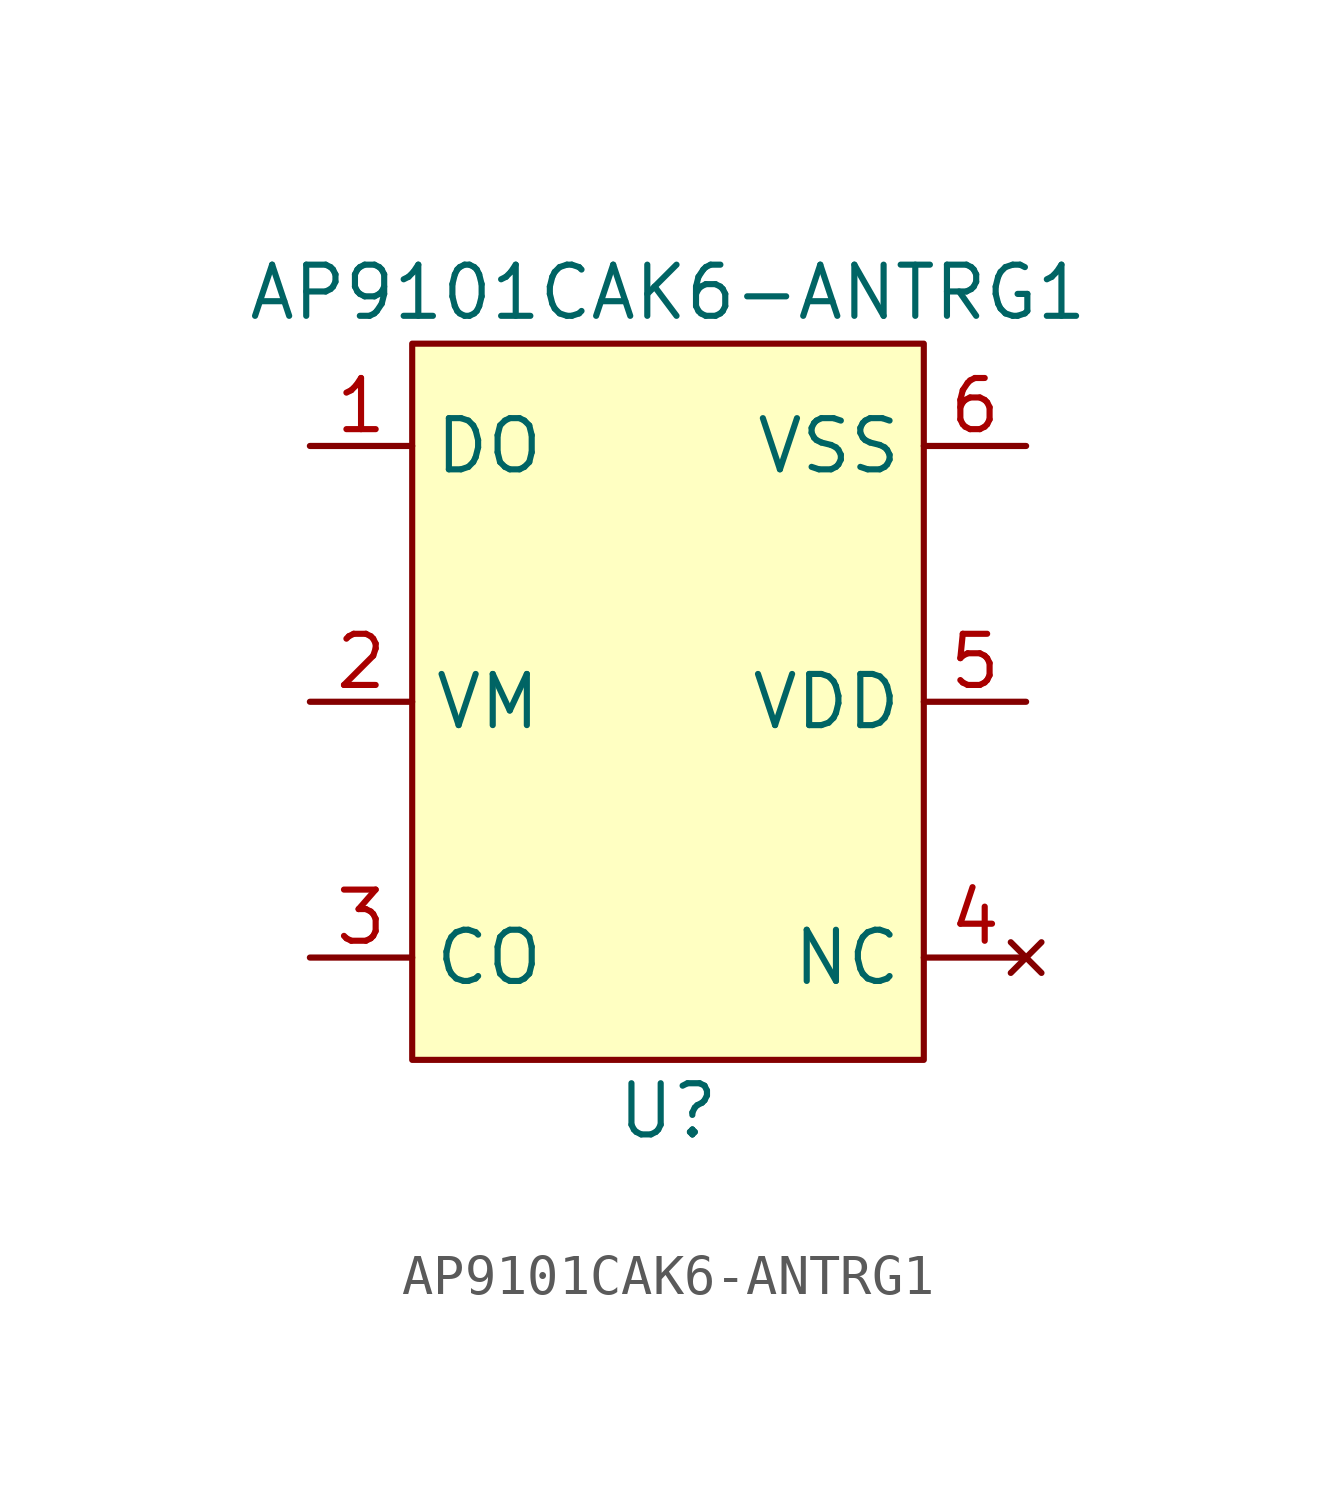
<source format=kicad_sym>
(kicad_symbol_lib
  (version 20210619)
  (generator kicad_symbol_editor)
  (symbol "Li-ion_holder:AP9101CAK6-ANTRG1"
    (property "Reference" "U"
      (at 0 -10.16 0)
      (effects (font (size 1.27 1.27))))
    (property "Value" "AP9101CAK6-ANTRG1"
      (at 0 10.16 0)
      (effects (font (size 1.27 1.27))))
    (symbol "AP9101CAK6-ANTRG1_0_1"
      (rectangle (start -6.35 8.89) (end 6.35 -8.89) (stroke (width 0.152)) (fill (type background))))
    (symbol "AP9101CAK6-ANTRG1_1_1"
      (pin output line (at -8.89 6.35 0) (length 2.54) (name "DO" (effects (font (size 1.27 1.27)))) (number "1" (effects (font (size 1.27 1.27)))))
      (pin input line (at -8.89 0 0) (length 2.54) (name "VM" (effects (font (size 1.27 1.27)))) (number "2" (effects (font (size 1.27 1.27)))))
      (pin output line (at -8.89 -6.35 0) (length 2.54) (name "CO" (effects (font (size 1.27 1.27)))) (number "3" (effects (font (size 1.27 1.27)))))
      (pin no_connect line (at 8.89 -6.35 180) (length 2.54) (name "NC" (effects (font (size 1.27 1.27)))) (number "4" (effects (font (size 1.27 1.27)))))
      (pin input line (at 8.89 0 180) (length 2.54) (name "VDD" (effects (font (size 1.27 1.27)))) (number "5" (effects (font (size 1.27 1.27)))))
      (pin input line (at 8.89 6.35 180) (length 2.54) (name "VSS" (effects (font (size 1.27 1.27)))) (number "6" (effects (font (size 1.27 1.27))))))))
</source>
